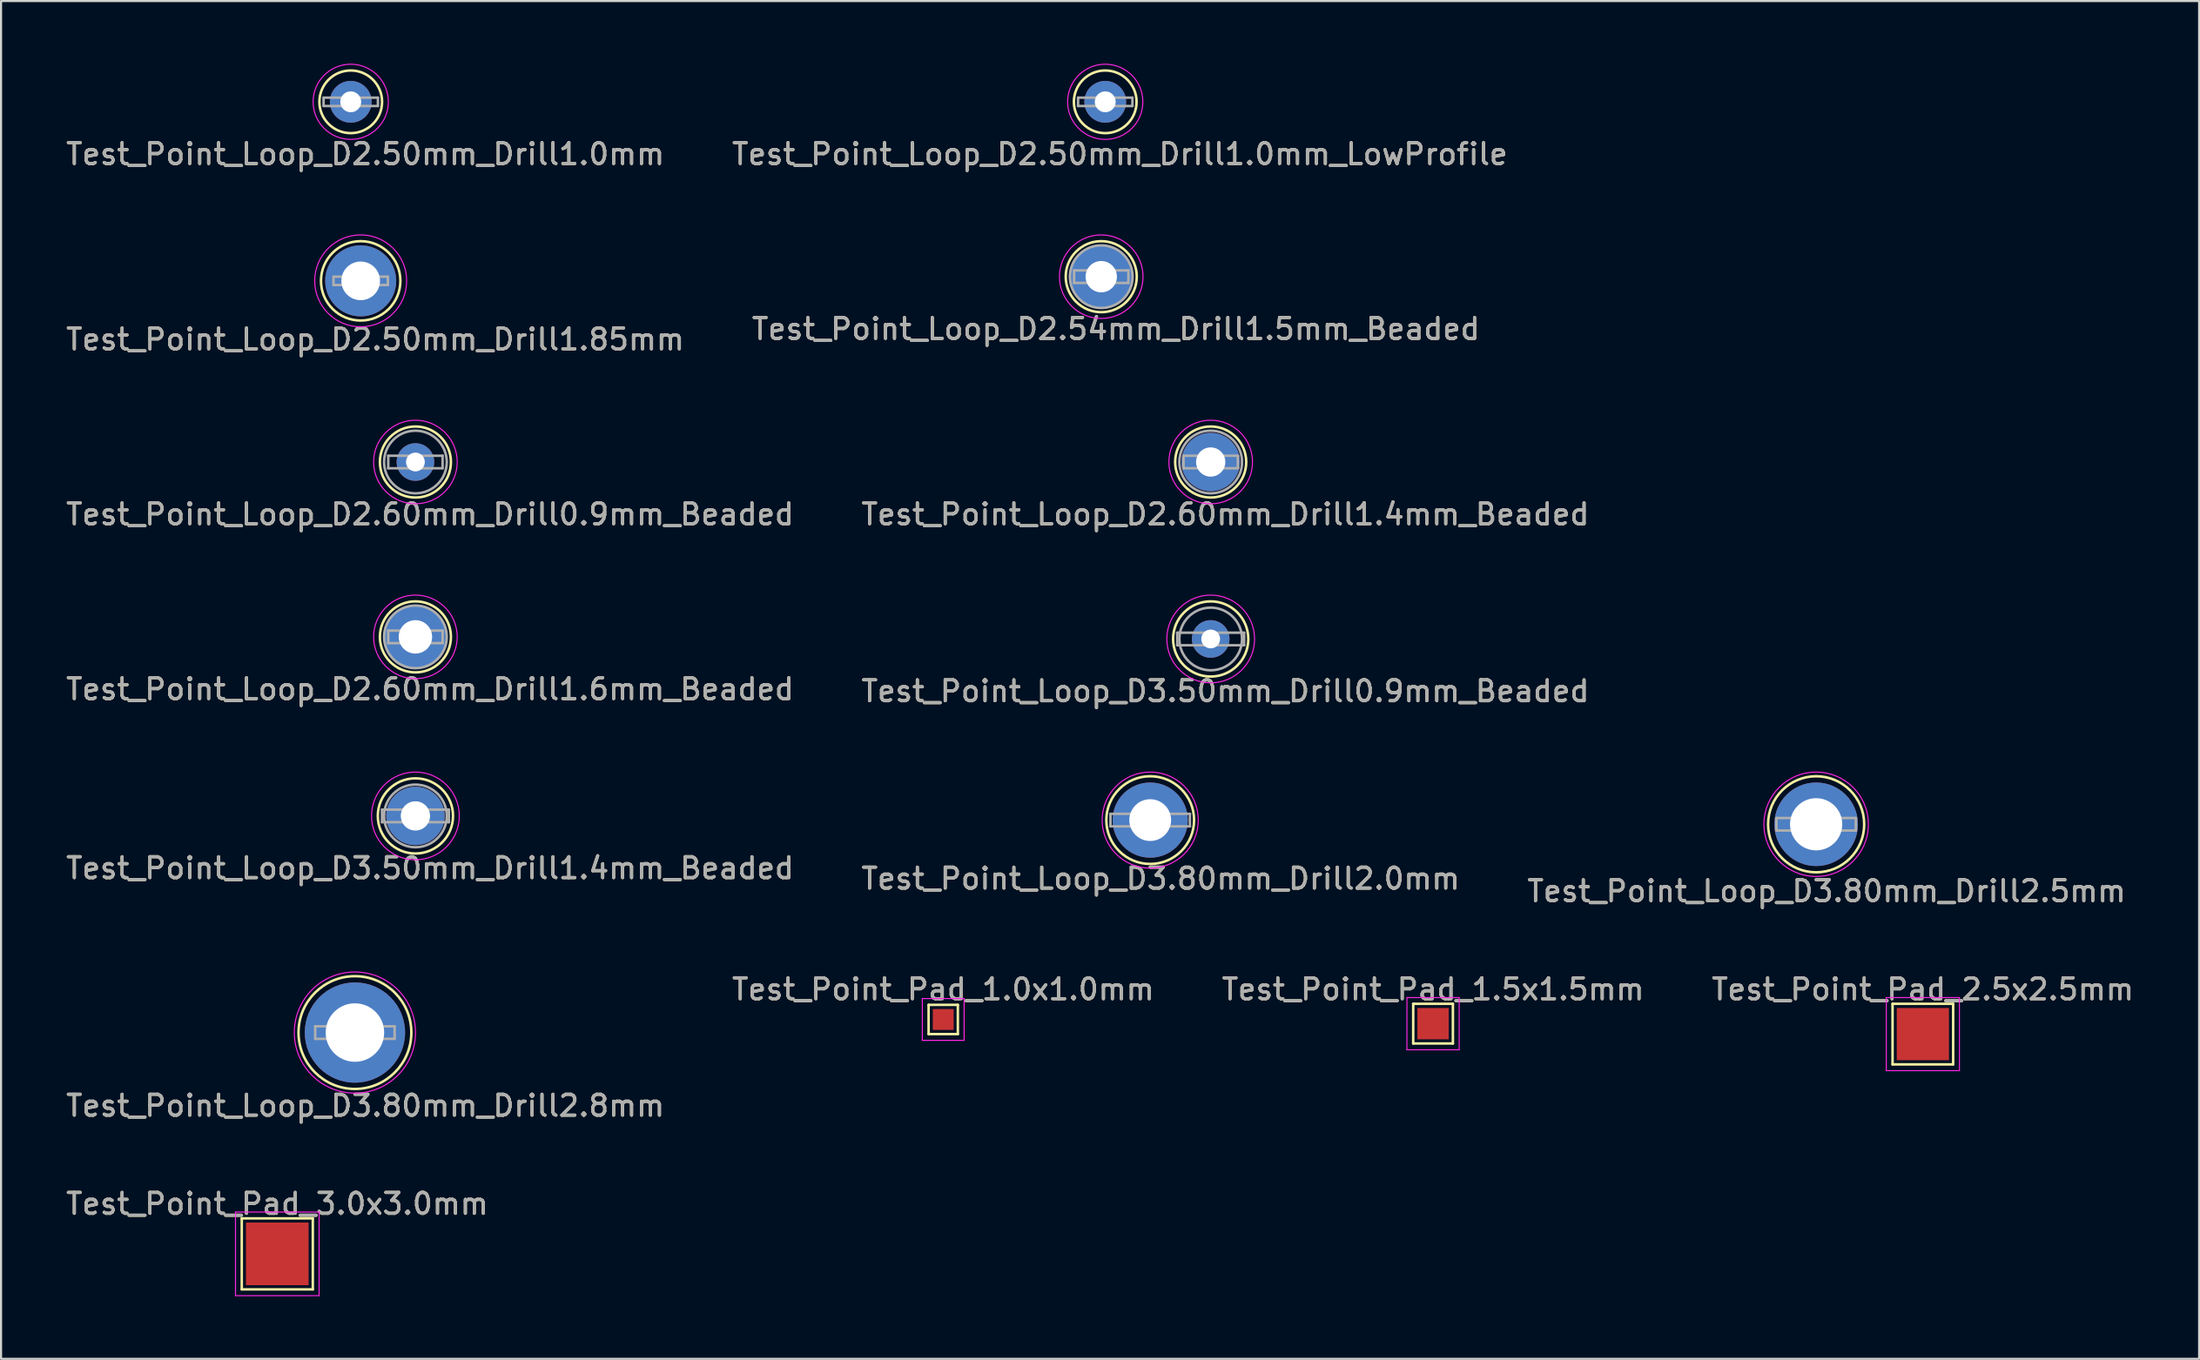
<source format=kicad_pcb>
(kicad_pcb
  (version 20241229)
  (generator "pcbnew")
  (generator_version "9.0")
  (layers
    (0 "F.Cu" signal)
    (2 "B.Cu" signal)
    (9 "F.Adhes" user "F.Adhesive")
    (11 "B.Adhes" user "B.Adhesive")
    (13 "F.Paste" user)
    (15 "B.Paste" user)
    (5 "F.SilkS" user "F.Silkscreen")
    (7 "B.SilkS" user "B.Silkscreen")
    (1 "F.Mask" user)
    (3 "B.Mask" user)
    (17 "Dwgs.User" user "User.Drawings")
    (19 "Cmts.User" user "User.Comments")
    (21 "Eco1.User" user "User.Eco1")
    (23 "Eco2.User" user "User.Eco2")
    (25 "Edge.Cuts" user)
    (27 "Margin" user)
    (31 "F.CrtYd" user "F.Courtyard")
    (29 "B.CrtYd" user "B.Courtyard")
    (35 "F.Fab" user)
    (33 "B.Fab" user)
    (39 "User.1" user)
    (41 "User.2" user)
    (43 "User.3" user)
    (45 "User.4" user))
  (footprint "Test_Point_Loop_D3.50mm_Drill1.4mm_Beaded"
    (layer "F.Cu")
    (at 16.83 36.018)
    (property "Reference" "Test_Point_Loop_D3.50mm_Drill1.4mm_Beaded" (at 0.7 2.5 0) (layer "F.SilkS") (effects (font (size 1 1) (thickness 0.15))))
    (attr through_hole)
    (fp_circle (center 0 0) (end 1.8 0) (stroke (width 0.12) (type solid)) (fill no) (layer "F.SilkS"))
    (fp_circle (center 0 0) (end 2.1 0) (stroke (width 0.05) (type solid)) (fill no) (layer "F.CrtYd"))
    (fp_line (start -1.6 -0.3) (end -1.6 0.3) (stroke (width 0.12) (type solid)) (layer "F.Fab"))
    (fp_line (start -1.6 0.3) (end 1.6 0.3) (stroke (width 0.12) (type solid)) (layer "F.Fab"))
    (fp_line (start 1.6 -0.3) (end -1.6 -0.3) (stroke (width 0.12) (type solid)) (layer "F.Fab"))
    (fp_line (start 1.6 0.3) (end 1.6 -0.3) (stroke (width 0.12) (type solid)) (layer "F.Fab"))
    (fp_circle (center 0 0) (end 1.5 0) (stroke (width 0.12) (type solid)) (fill no) (layer "F.Fab"))
    (fp_text user "${REFERENCE}" (at 0.7 2.5 0) (layer "F.Fab") (effects (font (size 1 1) (thickness 0.15))))
    (pad "1" thru_hole circle (at 0 0) (size 2.8 2.8) (drill 1.4) (layers "*.Cu" "*.Mask")))
  (footprint "Test_Point_Loop_D3.50mm_Drill0.9mm_Beaded"
    (layer "F.Cu")
    (at 54.889 27.545)
    (property "Reference" "Test_Point_Loop_D3.50mm_Drill0.9mm_Beaded" (at 0.7 2.5 0) (layer "F.SilkS") (effects (font (size 1 1) (thickness 0.15))))
    (attr through_hole)
    (fp_circle (center 0 0) (end 1.8 0) (stroke (width 0.12) (type solid)) (fill no) (layer "F.SilkS"))
    (fp_circle (center 0 0) (end 2.1 0) (stroke (width 0.05) (type solid)) (fill no) (layer "F.CrtYd"))
    (fp_line (start -1.6 -0.3) (end -1.6 0.3) (stroke (width 0.12) (type solid)) (layer "F.Fab"))
    (fp_line (start -1.6 0.3) (end 1.6 0.3) (stroke (width 0.12) (type solid)) (layer "F.Fab"))
    (fp_line (start 1.6 -0.3) (end -1.6 -0.3) (stroke (width 0.12) (type solid)) (layer "F.Fab"))
    (fp_line (start 1.6 0.3) (end 1.6 -0.3) (stroke (width 0.12) (type solid)) (layer "F.Fab"))
    (fp_circle (center 0 0) (end 1.5 0) (stroke (width 0.12) (type solid)) (fill no) (layer "F.Fab"))
    (fp_text user "${REFERENCE}" (at 0.7 2.5 0) (layer "F.Fab") (effects (font (size 1 1) (thickness 0.15))))
    (pad "1" thru_hole circle (at 0 0) (size 1.8 1.8) (drill 0.9) (layers "*.Cu" "*.Mask")))
  (footprint "Test_Point_Loop_D2.54mm_Drill1.5mm_Beaded"
    (layer "F.Cu")
    (at 49.651 10.198)
    (property "Reference" "Test_Point_Loop_D2.54mm_Drill1.5mm_Beaded" (at 0.7 2.5 0) (layer "F.SilkS") (effects (font (size 1 1) (thickness 0.15))))
    (attr through_hole)
    (fp_circle (center 0 0) (end 1.7 0) (stroke (width 0.12) (type solid)) (fill no) (layer "F.SilkS"))
    (fp_circle (center 0 0) (end 2 0) (stroke (width 0.05) (type solid)) (fill no) (layer "F.CrtYd"))
    (fp_line (start -1.3 -0.3) (end -1.3 0.3) (stroke (width 0.12) (type solid)) (layer "F.Fab"))
    (fp_line (start -1.3 0.3) (end 1.3 0.3) (stroke (width 0.12) (type solid)) (layer "F.Fab"))
    (fp_line (start 1.3 -0.3) (end -1.3 -0.3) (stroke (width 0.12) (type solid)) (layer "F.Fab"))
    (fp_line (start 1.3 0.3) (end 1.3 -0.3) (stroke (width 0.12) (type solid)) (layer "F.Fab"))
    (fp_circle (center 0 0) (end 1.5 0) (stroke (width 0.12) (type solid)) (fill no) (layer "F.Fab"))
    (fp_text user "${REFERENCE}" (at 0.7 2.5 0) (layer "F.Fab") (effects (font (size 1 1) (thickness 0.15))))
    (pad "1" thru_hole circle (at 0 0) (size 3 3) (drill 1.5) (layers "*.Cu" "*.Mask")))
  (footprint "Test_Point_Loop_D3.80mm_Drill2.0mm"
    (layer "F.Cu")
    (at 51.994 36.218)
    (property "Reference" "Test_Point_Loop_D3.80mm_Drill2.0mm" (at 0.5 2.8 0) (layer "F.SilkS") (effects (font (size 1 1) (thickness 0.15))))
    (attr through_hole)
    (fp_circle (center 0 0) (end 2.1 0) (stroke (width 0.12) (type solid)) (fill no) (layer "F.SilkS"))
    (fp_circle (center 0 0) (end 2.3 0) (stroke (width 0.05) (type solid)) (fill no) (layer "F.CrtYd"))
    (fp_line (start -1.9 -0.3) (end -1.9 0.3) (stroke (width 0.12) (type solid)) (layer "F.Fab"))
    (fp_line (start -1.9 0.3) (end 1.9 0.3) (stroke (width 0.12) (type solid)) (layer "F.Fab"))
    (fp_line (start 1.9 -0.3) (end -1.9 -0.3) (stroke (width 0.12) (type solid)) (layer "F.Fab"))
    (fp_line (start 1.9 0.3) (end 1.9 -0.3) (stroke (width 0.12) (type solid)) (layer "F.Fab"))
    (fp_text user "${REFERENCE}" (at 0.5 2.8 0) (layer "F.Fab") (effects (font (size 1 1) (thickness 0.15))))
    (pad "1" thru_hole circle (at 0 0) (size 3.6 3.6) (drill 2) (layers "*.Cu" "*.Mask")))
  (footprint "Test_Point_Loop_D3.80mm_Drill2.8mm"
    (layer "F.Cu")
    (at 13.935 46.391)
    (property "Reference" "Test_Point_Loop_D3.80mm_Drill2.8mm" (at 0.5 3.5 0) (layer "F.SilkS") (effects (font (size 1 1) (thickness 0.15))))
    (attr through_hole)
    (fp_circle (center 0 0) (end 2.7 0) (stroke (width 0.12) (type solid)) (fill no) (layer "F.SilkS"))
    (fp_circle (center 0 0) (end 2.9 0) (stroke (width 0.05) (type solid)) (fill no) (layer "F.CrtYd"))
    (fp_line (start -1.9 -0.3) (end -1.9 0.3) (stroke (width 0.12) (type solid)) (layer "F.Fab"))
    (fp_line (start -1.9 0.3) (end 1.9 0.3) (stroke (width 0.12) (type solid)) (layer "F.Fab"))
    (fp_line (start 1.9 -0.3) (end -1.9 -0.3) (stroke (width 0.12) (type solid)) (layer "F.Fab"))
    (fp_line (start 1.9 0.3) (end 1.9 -0.3) (stroke (width 0.12) (type solid)) (layer "F.Fab"))
    (fp_text user "${REFERENCE}" (at 0.5 3.5 0) (layer "F.Fab") (effects (font (size 1 1) (thickness 0.15))))
    (pad "1" thru_hole circle (at 0 0) (size 4.8 4.8) (drill 2.8) (layers "*.Cu" "*.Mask")))
  (footprint "Test_Point_Loop_D2.50mm_Drill1.0mm"
    (layer "F.Cu")
    (at 13.735 1.825)
    (property "Reference" "Test_Point_Loop_D2.50mm_Drill1.0mm" (at 0.7 2.5 0) (layer "F.SilkS") (effects (font (size 1 1) (thickness 0.15))))
    (attr through_hole)
    (fp_circle (center 0 0) (end 1.5 0) (stroke (width 0.12) (type solid)) (fill no) (layer "F.SilkS"))
    (fp_circle (center 0 0) (end 1.8 0) (stroke (width 0.05) (type solid)) (fill no) (layer "F.CrtYd"))
    (fp_line (start -1.3 -0.2) (end -1.3 0.2) (stroke (width 0.12) (type solid)) (layer "F.Fab"))
    (fp_line (start -1.3 0.2) (end 1.3 0.2) (stroke (width 0.12) (type solid)) (layer "F.Fab"))
    (fp_line (start 1.3 -0.2) (end -1.3 -0.2) (stroke (width 0.12) (type solid)) (layer "F.Fab"))
    (fp_line (start 1.3 0.2) (end 1.3 -0.2) (stroke (width 0.12) (type solid)) (layer "F.Fab"))
    (fp_text user "${REFERENCE}" (at 0.7 2.5 0) (layer "F.Fab") (effects (font (size 1 1) (thickness 0.15))))
    (pad "1" thru_hole circle (at 0 0) (size 2 2) (drill 1) (layers "*.Cu" "*.Mask")))
  (footprint "Test_Point_Pad_1.5x1.5mm"
    (layer "F.Cu")
    (at 65.53 45.965)
    (property "Reference" "Test_Point_Pad_1.5x1.5mm" (at 0 -1.648 0) (layer "F.SilkS") (effects (font (size 1 1) (thickness 0.15))))
    (attr exclude_from_pos_files exclude_from_bom)
    (fp_line (start -0.95 -0.95) (end 0.95 -0.95) (stroke (width 0.12) (type solid)) (layer "F.SilkS"))
    (fp_line (start -0.95 0.95) (end -0.95 -0.95) (stroke (width 0.12) (type solid)) (layer "F.SilkS"))
    (fp_line (start 0.95 -0.95) (end 0.95 0.95) (stroke (width 0.12) (type solid)) (layer "F.SilkS"))
    (fp_line (start 0.95 0.95) (end -0.95 0.95) (stroke (width 0.12) (type solid)) (layer "F.SilkS"))
    (fp_line (start -1.25 -1.25) (end -1.25 1.25) (stroke (width 0.05) (type solid)) (layer "F.CrtYd"))
    (fp_line (start -1.25 -1.25) (end 1.25 -1.25) (stroke (width 0.05) (type solid)) (layer "F.CrtYd"))
    (fp_line (start 1.25 1.25) (end -1.25 1.25) (stroke (width 0.05) (type solid)) (layer "F.CrtYd"))
    (fp_line (start 1.25 1.25) (end 1.25 -1.25) (stroke (width 0.05) (type solid)) (layer "F.CrtYd"))
    (fp_text user "${REFERENCE}" (at 0 -1.65 0) (layer "F.Fab") (effects (font (size 1 1) (thickness 0.15))))
    (pad "1" smd rect (at 0 0) (size 1.5 1.5) (layers "F.Cu" "F.Mask")))
  (footprint "Test_Point_Loop_D2.50mm_Drill1.0mm_LowProfile"
    (layer "F.Cu")
    (at 49.842 1.825)
    (property "Reference" "Test_Point_Loop_D2.50mm_Drill1.0mm_LowProfile" (at 0.7 2.5 0) (layer "F.SilkS") (effects (font (size 1 1) (thickness 0.15))))
    (attr through_hole)
    (fp_circle (center 0 0) (end 1.5 0) (stroke (width 0.12) (type solid)) (fill no) (layer "F.SilkS"))
    (fp_circle (center 0 0) (end 1.8 0) (stroke (width 0.05) (type solid)) (fill no) (layer "F.CrtYd"))
    (fp_line (start -1.3 -0.2) (end -1.3 0.2) (stroke (width 0.12) (type solid)) (layer "F.Fab"))
    (fp_line (start -1.3 0.2) (end 1.3 0.2) (stroke (width 0.12) (type solid)) (layer "F.Fab"))
    (fp_line (start 1.3 -0.2) (end -1.3 -0.2) (stroke (width 0.12) (type solid)) (layer "F.Fab"))
    (fp_line (start 1.3 0.2) (end 1.3 -0.2) (stroke (width 0.12) (type solid)) (layer "F.Fab"))
    (fp_text user "${REFERENCE}" (at 0.7 2.5 0) (layer "F.Fab") (effects (font (size 1 1) (thickness 0.15))))
    (pad "1" thru_hole circle (at 0 0) (size 2 2) (drill 1) (layers "*.Cu" "*.Mask")))
  (footprint "Test_Point_Loop_D3.80mm_Drill2.5mm"
    (layer "F.Cu")
    (at 83.863 36.418)
    (property "Reference" "Test_Point_Loop_D3.80mm_Drill2.5mm" (at 0.5 3.2 0) (layer "F.SilkS") (effects (font (size 1 1) (thickness 0.15))))
    (attr through_hole)
    (fp_circle (center 0 0) (end 2.3 0) (stroke (width 0.12) (type solid)) (fill no) (layer "F.SilkS"))
    (fp_circle (center 0 0) (end 2.5 0) (stroke (width 0.05) (type solid)) (fill no) (layer "F.CrtYd"))
    (fp_line (start -1.9 -0.3) (end -1.9 0.3) (stroke (width 0.12) (type solid)) (layer "F.Fab"))
    (fp_line (start -1.9 0.3) (end 1.9 0.3) (stroke (width 0.12) (type solid)) (layer "F.Fab"))
    (fp_line (start 1.9 -0.3) (end -1.9 -0.3) (stroke (width 0.12) (type solid)) (layer "F.Fab"))
    (fp_line (start 1.9 0.3) (end 1.9 -0.3) (stroke (width 0.12) (type solid)) (layer "F.Fab"))
    (fp_text user "${REFERENCE}" (at 0.5 3.2 0) (layer "F.Fab") (effects (font (size 1 1) (thickness 0.15))))
    (pad "1" thru_hole circle (at 0 0) (size 4 4) (drill 2.5) (layers "*.Cu" "*.Mask")))
  (footprint "Test_Point_Loop_D2.60mm_Drill1.6mm_Beaded"
    (layer "F.Cu")
    (at 16.83 27.445)
    (property "Reference" "Test_Point_Loop_D2.60mm_Drill1.6mm_Beaded" (at 0.7 2.5 0) (layer "F.SilkS") (effects (font (size 1 1) (thickness 0.15))))
    (attr through_hole)
    (fp_circle (center 0 0) (end 1.7 0) (stroke (width 0.12) (type solid)) (fill no) (layer "F.SilkS"))
    (fp_circle (center 0 0) (end 2 0) (stroke (width 0.05) (type solid)) (fill no) (layer "F.CrtYd"))
    (fp_line (start -1.3 -0.3) (end -1.3 0.3) (stroke (width 0.12) (type solid)) (layer "F.Fab"))
    (fp_line (start -1.3 0.3) (end 1.3 0.3) (stroke (width 0.12) (type solid)) (layer "F.Fab"))
    (fp_line (start 1.3 -0.3) (end -1.3 -0.3) (stroke (width 0.12) (type solid)) (layer "F.Fab"))
    (fp_line (start 1.3 0.3) (end 1.3 -0.3) (stroke (width 0.12) (type solid)) (layer "F.Fab"))
    (fp_circle (center 0 0) (end 1.5 0) (stroke (width 0.12) (type solid)) (fill no) (layer "F.Fab"))
    (fp_text user "${REFERENCE}" (at 0.7 2.5 0) (layer "F.Fab") (effects (font (size 1 1) (thickness 0.15))))
    (pad "1" thru_hole circle (at 0 0) (size 3 3) (drill 1.6) (layers "*.Cu" "*.Mask")))
  (footprint "Test_Point_Pad_1.0x1.0mm"
    (layer "F.Cu")
    (at 42.089 45.764)
    (property "Reference" "Test_Point_Pad_1.0x1.0mm" (at 0 -1.448 0) (layer "F.SilkS") (effects (font (size 1 1) (thickness 0.15))))
    (attr exclude_from_pos_files exclude_from_bom)
    (fp_line (start -0.7 -0.7) (end 0.7 -0.7) (stroke (width 0.12) (type solid)) (layer "F.SilkS"))
    (fp_line (start -0.7 0.7) (end -0.7 -0.7) (stroke (width 0.12) (type solid)) (layer "F.SilkS"))
    (fp_line (start 0.7 -0.7) (end 0.7 0.7) (stroke (width 0.12) (type solid)) (layer "F.SilkS"))
    (fp_line (start 0.7 0.7) (end -0.7 0.7) (stroke (width 0.12) (type solid)) (layer "F.SilkS"))
    (fp_line (start -1 -1) (end -1 1) (stroke (width 0.05) (type solid)) (layer "F.CrtYd"))
    (fp_line (start -1 -1) (end 1 -1) (stroke (width 0.05) (type solid)) (layer "F.CrtYd"))
    (fp_line (start 1 1) (end -1 1) (stroke (width 0.05) (type solid)) (layer "F.CrtYd"))
    (fp_line (start 1 1) (end 1 -1) (stroke (width 0.05) (type solid)) (layer "F.CrtYd"))
    (fp_text user "${REFERENCE}" (at 0 -1.45 0) (layer "F.Fab") (effects (font (size 1 1) (thickness 0.15))))
    (pad "1" smd rect (at 0 0) (size 1 1) (layers "F.Cu" "F.Mask")))
  (footprint "Test_Point_Loop_D2.60mm_Drill1.4mm_Beaded"
    (layer "F.Cu")
    (at 54.889 19.072)
    (property "Reference" "Test_Point_Loop_D2.60mm_Drill1.4mm_Beaded" (at 0.7 2.5 0) (layer "F.SilkS") (effects (font (size 1 1) (thickness 0.15))))
    (attr through_hole)
    (fp_circle (center 0 0) (end 1.7 0) (stroke (width 0.12) (type solid)) (fill no) (layer "F.SilkS"))
    (fp_circle (center 0 0) (end 2 0) (stroke (width 0.05) (type solid)) (fill no) (layer "F.CrtYd"))
    (fp_line (start -1.3 -0.3) (end -1.3 0.3) (stroke (width 0.12) (type solid)) (layer "F.Fab"))
    (fp_line (start -1.3 0.3) (end 1.3 0.3) (stroke (width 0.12) (type solid)) (layer "F.Fab"))
    (fp_line (start 1.3 -0.3) (end -1.3 -0.3) (stroke (width 0.12) (type solid)) (layer "F.Fab"))
    (fp_line (start 1.3 0.3) (end 1.3 -0.3) (stroke (width 0.12) (type solid)) (layer "F.Fab"))
    (fp_circle (center 0 0) (end 1.5 0) (stroke (width 0.12) (type solid)) (fill no) (layer "F.Fab"))
    (fp_text user "${REFERENCE}" (at 0.7 2.5 0) (layer "F.Fab") (effects (font (size 1 1) (thickness 0.15))))
    (pad "1" thru_hole circle (at 0 0) (size 2.8 2.8) (drill 1.4) (layers "*.Cu" "*.Mask")))
  (footprint "Test_Point_Pad_3.0x3.0mm"
    (layer "F.Cu")
    (at 10.22 56.988)
    (property "Reference" "Test_Point_Pad_3.0x3.0mm" (at 0 -2.398 0) (layer "F.SilkS") (effects (font (size 1 1) (thickness 0.15))))
    (attr exclude_from_pos_files exclude_from_bom)
    (fp_line (start -1.7 -1.7) (end 1.7 -1.7) (stroke (width 0.12) (type solid)) (layer "F.SilkS"))
    (fp_line (start -1.7 1.7) (end -1.7 -1.7) (stroke (width 0.12) (type solid)) (layer "F.SilkS"))
    (fp_line (start 1.7 -1.7) (end 1.7 1.7) (stroke (width 0.12) (type solid)) (layer "F.SilkS"))
    (fp_line (start 1.7 1.7) (end -1.7 1.7) (stroke (width 0.12) (type solid)) (layer "F.SilkS"))
    (fp_line (start -2 -2) (end -2 2) (stroke (width 0.05) (type solid)) (layer "F.CrtYd"))
    (fp_line (start -2 -2) (end 2 -2) (stroke (width 0.05) (type solid)) (layer "F.CrtYd"))
    (fp_line (start 2 2) (end -2 2) (stroke (width 0.05) (type solid)) (layer "F.CrtYd"))
    (fp_line (start 2 2) (end 2 -2) (stroke (width 0.05) (type solid)) (layer "F.CrtYd"))
    (fp_text user "${REFERENCE}" (at 0 -2.4 0) (layer "F.Fab") (effects (font (size 1 1) (thickness 0.15))))
    (pad "1" smd rect (at 0 0) (size 3 3) (layers "F.Cu" "F.Mask")))
  (footprint "Test_Point_Pad_2.5x2.5mm"
    (layer "F.Cu")
    (at 88.97 46.465)
    (property "Reference" "Test_Point_Pad_2.5x2.5mm" (at 0 -2.148 0) (layer "F.SilkS") (effects (font (size 1 1) (thickness 0.15))))
    (attr exclude_from_pos_files exclude_from_bom)
    (fp_line (start -1.45 -1.45) (end 1.45 -1.45) (stroke (width 0.12) (type solid)) (layer "F.SilkS"))
    (fp_line (start -1.45 1.45) (end -1.45 -1.45) (stroke (width 0.12) (type solid)) (layer "F.SilkS"))
    (fp_line (start 1.45 -1.45) (end 1.45 1.45) (stroke (width 0.12) (type solid)) (layer "F.SilkS"))
    (fp_line (start 1.45 1.45) (end -1.45 1.45) (stroke (width 0.12) (type solid)) (layer "F.SilkS"))
    (fp_line (start -1.75 -1.75) (end -1.75 1.75) (stroke (width 0.05) (type solid)) (layer "F.CrtYd"))
    (fp_line (start -1.75 -1.75) (end 1.75 -1.75) (stroke (width 0.05) (type solid)) (layer "F.CrtYd"))
    (fp_line (start 1.75 1.75) (end -1.75 1.75) (stroke (width 0.05) (type solid)) (layer "F.CrtYd"))
    (fp_line (start 1.75 1.75) (end 1.75 -1.75) (stroke (width 0.05) (type solid)) (layer "F.CrtYd"))
    (fp_text user "${REFERENCE}" (at 0 -2.15 0) (layer "F.Fab") (effects (font (size 1 1) (thickness 0.15))))
    (pad "1" smd rect (at 0 0) (size 2.5 2.5) (layers "F.Cu" "F.Mask")))
  (footprint "Test_Point_Loop_D2.50mm_Drill1.85mm"
    (layer "F.Cu")
    (at 14.211 10.398)
    (property "Reference" "Test_Point_Loop_D2.50mm_Drill1.85mm" (at 0.7 2.8 0) (layer "F.SilkS") (effects (font (size 1 1) (thickness 0.15))))
    (attr through_hole)
    (fp_circle (center 0 0) (end 1.9 0) (stroke (width 0.12) (type solid)) (fill no) (layer "F.SilkS"))
    (fp_circle (center 0 0) (end 2.2 0) (stroke (width 0.05) (type solid)) (fill no) (layer "F.CrtYd"))
    (fp_line (start -1.3 -0.2) (end -1.3 0.2) (stroke (width 0.12) (type solid)) (layer "F.Fab"))
    (fp_line (start -1.3 0.2) (end 1.3 0.2) (stroke (width 0.12) (type solid)) (layer "F.Fab"))
    (fp_line (start 1.3 -0.2) (end -1.3 -0.2) (stroke (width 0.12) (type solid)) (layer "F.Fab"))
    (fp_line (start 1.3 0.2) (end 1.3 -0.2) (stroke (width 0.12) (type solid)) (layer "F.Fab"))
    (fp_text user "${REFERENCE}" (at 0.7 2.8 0) (layer "F.Fab") (effects (font (size 1 1) (thickness 0.15))))
    (pad "1" thru_hole circle (at 0 0) (size 3.4 3.4) (drill 1.85) (layers "*.Cu" "*.Mask")))
  (footprint "Test_Point_Loop_D2.60mm_Drill0.9mm_Beaded"
    (layer "F.Cu")
    (at 16.83 19.072)
    (property "Reference" "Test_Point_Loop_D2.60mm_Drill0.9mm_Beaded" (at 0.7 2.5 0) (layer "F.SilkS") (effects (font (size 1 1) (thickness 0.15))))
    (attr through_hole)
    (fp_circle (center 0 0) (end 1.7 0) (stroke (width 0.12) (type solid)) (fill no) (layer "F.SilkS"))
    (fp_circle (center 0 0) (end 2 0) (stroke (width 0.05) (type solid)) (fill no) (layer "F.CrtYd"))
    (fp_line (start -1.3 -0.3) (end -1.3 0.3) (stroke (width 0.12) (type solid)) (layer "F.Fab"))
    (fp_line (start -1.3 0.3) (end 1.3 0.3) (stroke (width 0.12) (type solid)) (layer "F.Fab"))
    (fp_line (start 1.3 -0.3) (end -1.3 -0.3) (stroke (width 0.12) (type solid)) (layer "F.Fab"))
    (fp_line (start 1.3 0.3) (end 1.3 -0.3) (stroke (width 0.12) (type solid)) (layer "F.Fab"))
    (fp_circle (center 0 0) (end 1.5 0) (stroke (width 0.12) (type solid)) (fill no) (layer "F.Fab"))
    (fp_text user "${REFERENCE}" (at 0.7 2.5 0) (layer "F.Fab") (effects (font (size 1 1) (thickness 0.15))))
    (pad "1" thru_hole circle (at 0 0) (size 1.8 1.8) (drill 0.9) (layers "*.Cu" "*.Mask")))
  (gr_rect
    (start -3 -3)
    (end 102.19 62.013)
    (stroke (width 0.1) (type default))
    (fill no)
    (layer "Edge.Cuts")))
</source>
